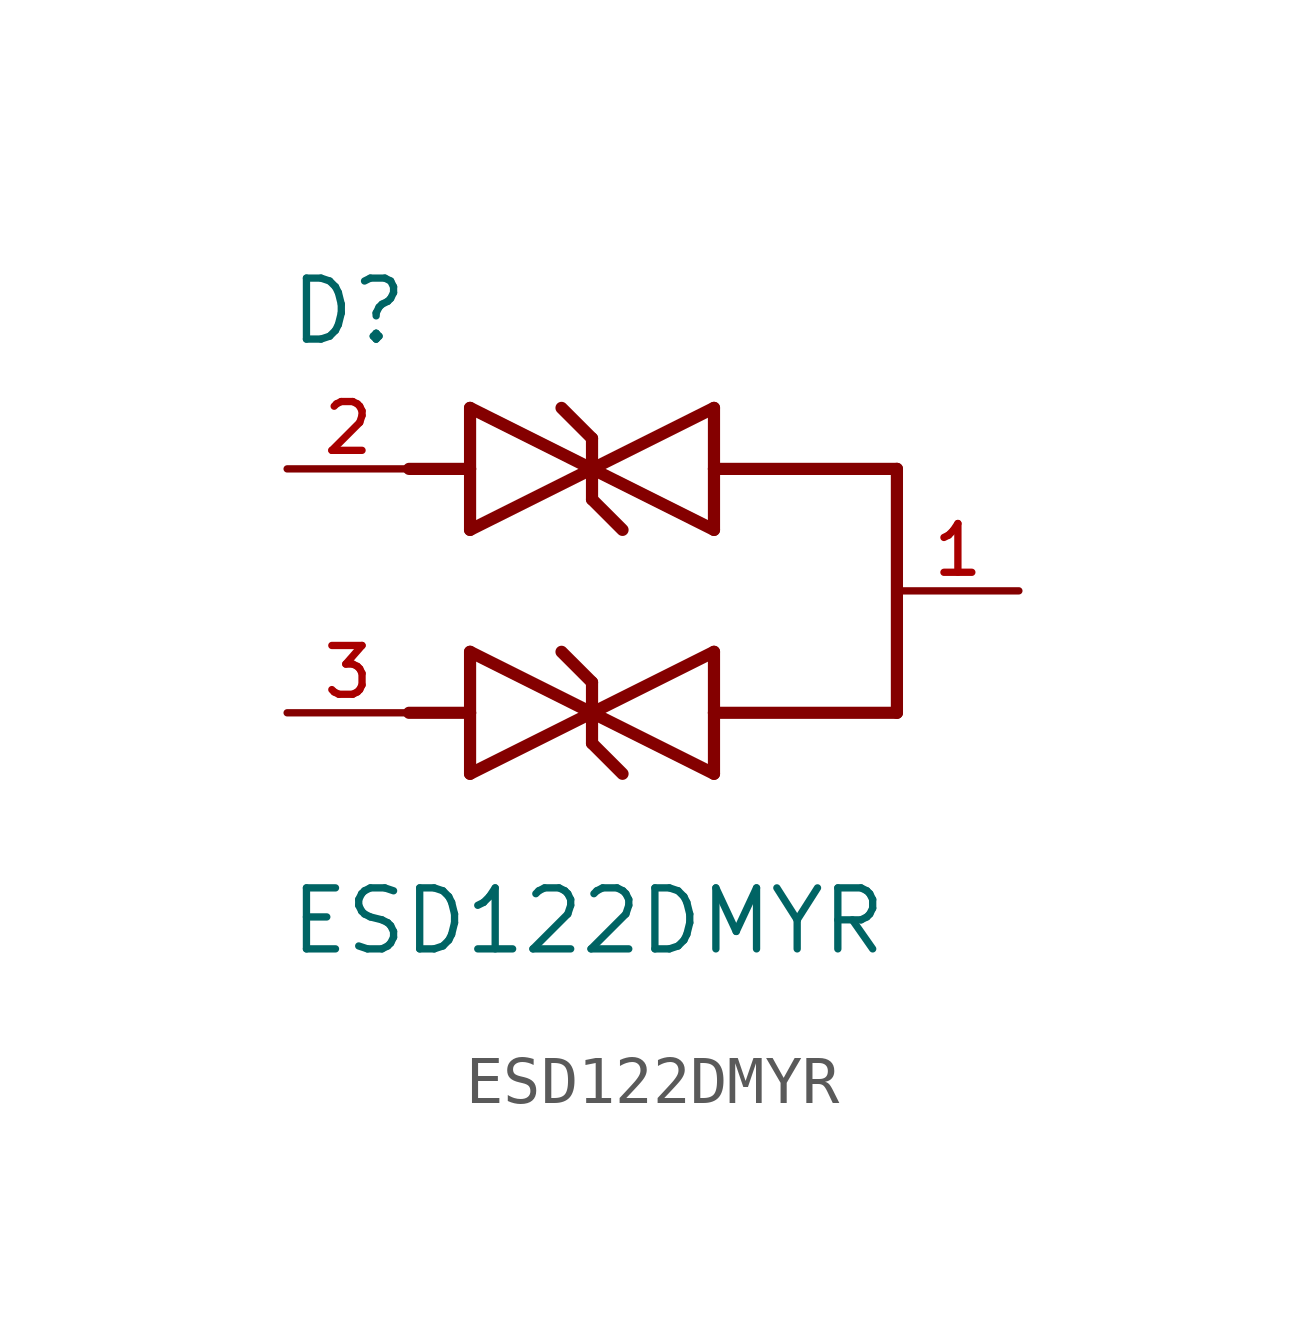
<source format=kicad_sym>
(kicad_symbol_lib
  (version 20241209)
  (generator "kicad_symbol_editor")
  (generator_version "9.0")
  (symbol "ESD122DMYR"
    (pin_names
      (offset 1.016))
    (property "Reference" "D"
      (at -7.62 5.08 0)
      (effects (font (size 1.27 1.27)) (justify left bottom)))
    (property "Value" "ESD122DMYR"
      (at -7.62 -7.62 0)
      (effects (font (size 1.27 1.27)) (justify left bottom)))
    (symbol "ESD122DMYR_0_0"
      (polyline (pts (xy -5.08 2.54) (xy -3.81 2.54)) (stroke (width 0.254) (type default)) (fill (type none)))
      (polyline (pts (xy -5.08 -2.54) (xy -3.81 -2.54)) (stroke (width 0.254) (type default)) (fill (type none)))
      (polyline (pts (xy -3.81 3.81) (xy -3.81 2.54)) (stroke (width 0.254) (type default)) (fill (type none)))
      (polyline (pts (xy -3.81 2.54) (xy -3.81 1.27)) (stroke (width 0.254) (type default)) (fill (type none)))
      (polyline (pts (xy -3.81 1.27) (xy -1.27 2.54)) (stroke (width 0.254) (type default)) (fill (type none)))
      (polyline (pts (xy -3.81 -1.27) (xy -3.81 -2.54)) (stroke (width 0.254) (type default)) (fill (type none)))
      (polyline (pts (xy -3.81 -2.54) (xy -3.81 -3.81)) (stroke (width 0.254) (type default)) (fill (type none)))
      (polyline (pts (xy -3.81 -3.81) (xy -1.27 -2.54)) (stroke (width 0.254) (type default)) (fill (type none)))
      (polyline (pts (xy -1.27 3.175) (xy -1.905 3.81)) (stroke (width 0.254) (type default)) (fill (type none)))
      (polyline (pts (xy -1.27 2.54) (xy -3.81 3.81)) (stroke (width 0.254) (type default)) (fill (type none)))
      (polyline (pts (xy -1.27 2.54) (xy -1.27 3.175)) (stroke (width 0.254) (type default)) (fill (type none)))
      (polyline (pts (xy -1.27 2.54) (xy 1.27 1.27)) (stroke (width 0.254) (type default)) (fill (type none)))
      (polyline (pts (xy -1.27 1.905) (xy -1.27 2.54)) (stroke (width 0.254) (type default)) (fill (type none)))
      (polyline (pts (xy -1.27 -1.905) (xy -1.905 -1.27)) (stroke (width 0.254) (type default)) (fill (type none)))
      (polyline (pts (xy -1.27 -2.54) (xy -3.81 -1.27)) (stroke (width 0.254) (type default)) (fill (type none)))
      (polyline (pts (xy -1.27 -2.54) (xy -1.27 -1.905)) (stroke (width 0.254) (type default)) (fill (type none)))
      (polyline (pts (xy -1.27 -2.54) (xy 1.27 -3.81)) (stroke (width 0.254) (type default)) (fill (type none)))
      (polyline (pts (xy -1.27 -3.175) (xy -1.27 -2.54)) (stroke (width 0.254) (type default)) (fill (type none)))
      (polyline (pts (xy -0.635 1.27) (xy -1.27 1.905)) (stroke (width 0.254) (type default)) (fill (type none)))
      (polyline (pts (xy -0.635 -3.81) (xy -1.27 -3.175)) (stroke (width 0.254) (type default)) (fill (type none)))
      (polyline (pts (xy 1.27 3.81) (xy -1.27 2.54)) (stroke (width 0.254) (type default)) (fill (type none)))
      (polyline (pts (xy 1.27 2.54) (xy 1.27 3.81)) (stroke (width 0.254) (type default)) (fill (type none)))
      (polyline (pts (xy 1.27 2.54) (xy 5.08 2.54)) (stroke (width 0.254) (type default)) (fill (type none)))
      (polyline (pts (xy 1.27 1.27) (xy 1.27 2.54)) (stroke (width 0.254) (type default)) (fill (type none)))
      (polyline (pts (xy 1.27 -1.27) (xy -1.27 -2.54)) (stroke (width 0.254) (type default)) (fill (type none)))
      (polyline (pts (xy 1.27 -2.54) (xy 1.27 -1.27)) (stroke (width 0.254) (type default)) (fill (type none)))
      (polyline (pts (xy 1.27 -3.81) (xy 1.27 -2.54)) (stroke (width 0.254) (type default)) (fill (type none)))
      (polyline (pts (xy 5.08 -2.54) (xy 1.27 -2.54)) (stroke (width 0.254) (type default)) (fill (type none)))
      (rectangle (start 5.08 -2.54) (end 5.08 2.54) (stroke (width 0.254) (type default)) (fill (type background)))
      (pin passive line (at -7.62 2.54 0) (length 2.54) (name "~" (effects (font (size 1.016 1.016)))) (number "2" (effects (font (size 1.016 1.016)))))
      (pin passive line (at -7.62 -2.54 0) (length 2.54) (name "~" (effects (font (size 1.016 1.016)))) (number "3" (effects (font (size 1.016 1.016)))))
      (pin power_in line (at 7.62 0 180) (length 2.54) (name "~" (effects (font (size 1.016 1.016)))) (number "1" (effects (font (size 1.016 1.016))))))))
</source>
